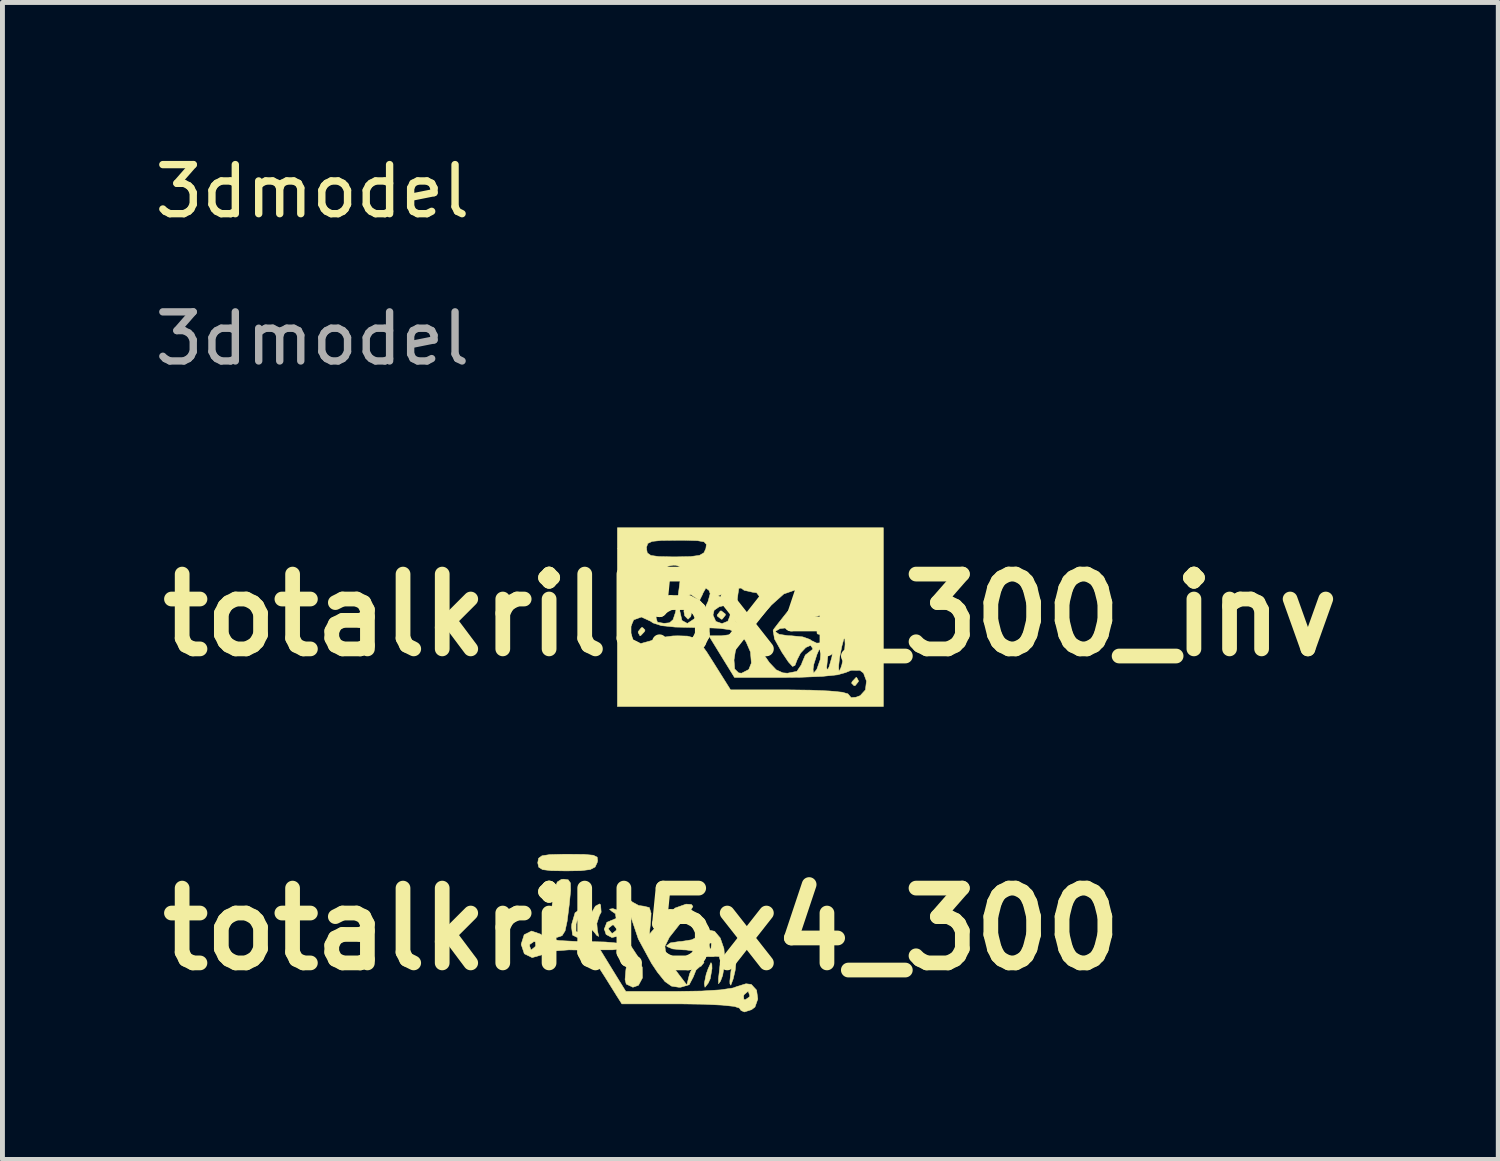
<source format=kicad_pcb>
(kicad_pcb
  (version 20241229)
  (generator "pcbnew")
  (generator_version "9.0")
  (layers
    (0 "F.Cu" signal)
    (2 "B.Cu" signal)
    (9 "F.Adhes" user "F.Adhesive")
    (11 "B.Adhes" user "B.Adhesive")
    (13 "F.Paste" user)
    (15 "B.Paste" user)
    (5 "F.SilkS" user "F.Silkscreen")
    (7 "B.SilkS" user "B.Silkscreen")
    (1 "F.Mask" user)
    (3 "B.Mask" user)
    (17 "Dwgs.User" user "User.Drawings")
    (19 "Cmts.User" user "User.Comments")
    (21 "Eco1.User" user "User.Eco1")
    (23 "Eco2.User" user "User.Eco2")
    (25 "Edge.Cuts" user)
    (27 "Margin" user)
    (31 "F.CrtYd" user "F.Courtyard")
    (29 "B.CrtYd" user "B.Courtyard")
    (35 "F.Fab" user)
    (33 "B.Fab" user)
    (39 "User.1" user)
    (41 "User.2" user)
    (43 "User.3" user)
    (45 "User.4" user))
  (footprint "3dmodel"
    (layer "F.Cu")
    (at 3.315 1.348)
    (property "Reference" "3dmodel" (at 0 -0.5 0) (unlocked yes) (layer "F.SilkS") (effects (font (size 1 1) (thickness 0.15))))
    (attr smd)
    (fp_text user "${REFERENCE}" (at 0 2.5 0) (unlocked yes) (layer "F.Fab") (effects (font (size 1 1) (thickness 0.15)))))
  (footprint "totalkrill5x4_300"
    (layer "F.Cu")
    (at 10.022 15.876)
    (property "Reference" "totalkrill5x4_300" (at 0 0 0) (layer "F.SilkS") (effects (font (size 1.524 1.524) (thickness 0.3))))
    (attr through_hole)
    (fp_poly (pts (xy -0.086 0.549) (xy 0.011 0.779) (xy 0.015 0.995) (xy -0.066 1.145) (xy -0.179 1.185) (xy -0.315 1.12) (xy -0.339 1.027) (xy -0.322 0.83) (xy -0.285 0.598) (xy -0.231 0.328) (xy -0.086 0.549)) (stroke (width 0.01) (type solid)) (fill yes) (layer "F.SilkS"))
    (fp_poly (pts (xy 1.429 0.718) (xy 1.432 0.804) (xy 1.396 1.012) (xy 1.355 1.101) (xy 1.289 1.185) (xy 1.277 1.122) (xy 1.277 1.101) (xy 1.314 0.919) (xy 1.355 0.804) (xy 1.411 0.683) (xy 1.429 0.718)) (stroke (width 0.01) (type solid)) (fill yes) (layer "F.SilkS"))
    (fp_poly (pts (xy 1.929 0.593) (xy 1.903 0.847) (xy 1.863 1.016) (xy 1.815 1.143) (xy 1.797 1.112) (xy 1.796 1.058) (xy 1.819 0.852) (xy 1.863 0.635) (xy 1.907 0.476) (xy 1.925 0.475) (xy 1.929 0.593)) (stroke (width 0.01) (type solid)) (fill yes) (layer "F.SilkS"))
    (fp_poly (pts (xy -1.496 -1.003) (xy -1.452 -0.939) (xy -1.448 -0.785) (xy -1.476 -0.502) (xy -1.477 -0.49) (xy -1.519 -0.159) (xy -1.561 0.037) (xy -1.622 0.134) (xy -1.718 0.167) (xy -1.792 0.169) (xy -1.919 0.128) (xy -1.922 0.056) (xy -1.888 -0.088) (xy -1.846 -0.336) (xy -1.818 -0.537) (xy -1.775 -0.814) (xy -1.72 -0.959) (xy -1.636 -1.012) (xy -1.588 -1.016) (xy -1.496 -1.003)) (stroke (width 0.01) (type solid)) (fill yes) (layer "F.SilkS"))
    (fp_poly (pts (xy -1.17 -1.521) (xy -0.986 -1.504) (xy -0.907 -1.465) (xy -0.898 -1.394) (xy -0.907 -1.355) (xy -0.95 -1.264) (xy -1.048 -1.213) (xy -1.239 -1.19) (xy -1.534 -1.185) (xy -1.842 -1.19) (xy -2.018 -1.211) (xy -2.097 -1.26) (xy -2.117 -1.346) (xy -2.117 -1.355) (xy -2.101 -1.442) (xy -2.032 -1.493) (xy -1.874 -1.517) (xy -1.592 -1.524) (xy -1.49 -1.524) (xy -1.17 -1.521)) (stroke (width 0.01) (type solid)) (fill yes) (layer "F.SilkS"))
    (fp_poly (pts (xy -0.837 -0.492) (xy -0.826 -0.344) (xy -0.862 -0.278) (xy -0.914 -0.116) (xy -0.903 0.021) (xy -0.877 0.15) (xy -0.916 0.128) (xy -0.968 0.061) (xy -1.06 -0.038) (xy -1.115 0.003) (xy -1.13 0.04) (xy -1.246 0.154) (xy -1.315 0.169) (xy -1.408 0.123) (xy -1.429 -0.038) (xy -1.424 -0.105) (xy -1.357 -0.332) (xy -1.249 -0.408) (xy -1.125 -0.39) (xy -1.101 -0.345) (xy -1.164 -0.274) (xy -1.204 -0.275) (xy -1.296 -0.221) (xy -1.337 -0.106) (xy -1.338 0.052) (xy -1.279 0.067) (xy -1.176 -0.053) (xy -1.065 -0.257) (xy -0.943 -0.467) (xy -0.857 -0.513) (xy -0.837 -0.492)) (stroke (width 0.01) (type solid)) (fill yes) (layer "F.SilkS"))
    (fp_poly (pts (xy -0.395 -0.353) (xy -0.279 -0.166) (xy -0.26 -0.004) (xy -0.27 0.139) (xy -0.301 0.124) (xy -0.339 0.042) (xy -0.395 -0.067) (xy -0.415 -0.023) (xy -0.417 0.021) (xy -0.481 0.144) (xy -0.607 0.172) (xy -0.725 0.11) (xy -0.762 0) (xy -0.677 0) (xy -0.613 0.082) (xy -0.593 0.085) (xy -0.51 0.02) (xy -0.508 0) (xy -0.572 -0.082) (xy -0.593 -0.085) (xy -0.675 -0.02) (xy -0.677 0) (xy -0.762 0) (xy -0.709 -0.138) (xy -0.635 -0.169) (xy -0.521 -0.217) (xy -0.535 -0.313) (xy -0.614 -0.367) (xy -0.656 -0.405) (xy -0.588 -0.417) (xy -0.395 -0.353)) (stroke (width 0.01) (type solid)) (fill yes) (layer "F.SilkS"))
    (fp_poly (pts (xy 1.484 0.045) (xy 1.6 0.182) (xy 1.675 0.398) (xy 1.696 0.662) (xy 1.649 0.943) (xy 1.606 1.058) (xy 1.566 1.114) (xy 1.564 1.009) (xy 1.58 0.873) (xy 1.603 0.653) (xy 1.579 0.56) (xy 1.495 0.554) (xy 1.459 0.563) (xy 1.297 0.56) (xy 1.232 0.515) (xy 1.118 0.456) (xy 0.905 0.425) (xy 0.842 0.423) (xy 0.631 0.404) (xy 0.516 0.357) (xy 0.508 0.339) (xy 1.355 0.339) (xy 1.386 0.408) (xy 1.411 0.395) (xy 1.421 0.295) (xy 1.411 0.282) (xy 1.361 0.294) (xy 1.355 0.339) (xy 0.508 0.339) (xy 0.582 0.282) (xy 0.764 0.254) (xy 0.794 0.254) (xy 1.021 0.218) (xy 1.181 0.132) (xy 1.185 0.127) (xy 1.341 0.017) (xy 1.484 0.045)) (stroke (width 0.01) (type solid)) (fill yes) (layer "F.SilkS"))
    (fp_poly (pts (xy -0.189 -0.55) (xy -0.061 -0.48) (xy 0.042 -0.466) (xy 0.156 -0.438) (xy 0.191 -0.322) (xy 0.184 -0.18) (xy 0.156 0.106) (xy 0.425 -0.201) (xy 0.679 -0.428) (xy 0.904 -0.508) (xy 0.906 -0.508) (xy 1.012 -0.501) (xy 1.043 -0.462) (xy 0.987 -0.362) (xy 0.834 -0.171) (xy 0.758 -0.08) (xy 0.563 0.167) (xy 0.473 0.35) (xy 0.491 0.521) (xy 0.615 0.735) (xy 0.759 0.929) (xy 0.919 1.139) (xy 0.975 0.914) (xy 1.045 0.761) (xy 1.146 0.65) (xy 1.235 0.615) (xy 1.27 0.68) (xy 1.206 0.76) (xy 1.187 0.762) (xy 1.107 0.834) (xy 1.051 0.974) (xy 0.967 1.134) (xy 0.793 1.185) (xy 0.755 1.185) (xy 0.607 1.162) (xy 0.474 1.069) (xy 0.32 0.877) (xy 0.201 0.699) (xy -0.068 0.203) (xy -0.221 -0.251) (xy -0.251 -0.508) (xy -0.223 -0.578) (xy -0.189 -0.55)) (stroke (width 0.01) (type solid)) (fill yes) (layer "F.SilkS"))
    (fp_poly (pts (xy -2.059 0.104) (xy -2.034 0.125) (xy -1.906 0.193) (xy -1.683 0.234) (xy -1.336 0.252) (xy -1.115 0.254) (xy -0.745 0.263) (xy -0.481 0.287) (xy -0.349 0.324) (xy -0.339 0.339) (xy -0.412 0.398) (xy -0.589 0.423) (xy -0.592 0.423) (xy -0.845 0.423) (xy -0.585 0.847) (xy -0.324 1.27) (xy 0.728 1.27) (xy 1.223 1.262) (xy 1.607 1.238) (xy 1.859 1.2) (xy 1.937 1.172) (xy 2.124 1.114) (xy 2.232 1.127) (xy 2.34 1.244) (xy 2.365 1.425) (xy 2.307 1.588) (xy 2.237 1.642) (xy 2.092 1.688) (xy 2.023 1.658) (xy 1.99 1.609) (xy 1.887 1.575) (xy 1.639 1.549) (xy 1.273 1.531) (xy 0.813 1.524) (xy 0.766 1.524) (xy -0.404 1.524) (xy -0.511 1.355) (xy 2.074 1.355) (xy 2.081 1.433) (xy 2.112 1.439) (xy 2.198 1.378) (xy 2.201 1.355) (xy 2.172 1.272) (xy 2.164 1.27) (xy 2.092 1.329) (xy 2.074 1.355) (xy -0.511 1.355) (xy -0.749 0.974) (xy -0.927 0.696) (xy -1.056 0.532) (xy -1.175 0.452) (xy -1.323 0.426) (xy -1.48 0.423) (xy -1.751 0.444) (xy -1.971 0.497) (xy -2.022 0.521) (xy -2.231 0.581) (xy -2.391 0.503) (xy -2.446 0.339) (xy -2.286 0.339) (xy -2.257 0.421) (xy -2.249 0.423) (xy -2.176 0.364) (xy -2.159 0.339) (xy -2.166 0.261) (xy -2.196 0.254) (xy -2.283 0.315) (xy -2.286 0.339) (xy -2.446 0.339) (xy -2.455 0.31) (xy -2.455 0.308) (xy -2.394 0.115) (xy -2.244 0.04) (xy -2.059 0.104)) (stroke (width 0.01) (type solid)) (fill yes) (layer "F.SilkS")))
  (footprint "totalkrill5x4_300_inv"
    (layer "F.Cu")
    (at 12.236 9.479)
    (property "Reference" "totalkrill5x4_300_inv" (at 0 0 0) (layer "F.SilkS") (effects (font (size 1.524 1.524) (thickness 0.3))))
    (attr through_hole)
    (fp_poly (pts (xy 1.411 0.282) (xy 1.421 0.383) (xy 1.411 0.395) (xy 1.361 0.383) (xy 1.355 0.339) (xy 1.386 0.269) (xy 1.411 0.282)) (stroke (width 0.01) (type solid)) (fill yes) (layer "F.SilkS"))
    (fp_poly (pts (xy -2.146 0.306) (xy -2.159 0.339) (xy -2.235 0.419) (xy -2.249 0.423) (xy -2.285 0.358) (xy -2.286 0.339) (xy -2.221 0.257) (xy -2.196 0.254) (xy -2.146 0.306)) (stroke (width 0.01) (type solid)) (fill yes) (layer "F.SilkS"))
    (fp_poly (pts (xy -1.207 -0.266) (xy -1.185 -0.132) (xy -1.214 0.029) (xy -1.27 0.085) (xy -1.339 0.014) (xy -1.355 -0.08) (xy -1.316 -0.242) (xy -1.27 -0.296) (xy -1.207 -0.266)) (stroke (width 0.01) (type solid)) (fill yes) (layer "F.SilkS"))
    (fp_poly (pts (xy -0.51 -0.02) (xy -0.508 0) (xy -0.572 0.082) (xy -0.593 0.085) (xy -0.675 0.02) (xy -0.677 0) (xy -0.613 -0.082) (xy -0.593 -0.085) (xy -0.51 -0.02)) (stroke (width 0.01) (type solid)) (fill yes) (layer "F.SilkS"))
    (fp_poly (pts (xy 2.2 1.336) (xy 2.201 1.355) (xy 2.136 1.436) (xy 2.112 1.439) (xy 2.061 1.387) (xy 2.074 1.355) (xy 2.15 1.274) (xy 2.164 1.27) (xy 2.2 1.336)) (stroke (width 0.01) (type solid)) (fill yes) (layer "F.SilkS"))
    (fp_poly (pts (xy 2.709 1.863) (xy -2.709 1.863) (xy -2.709 0.308) (xy -2.455 0.308) (xy -2.392 0.502) (xy -2.233 0.581) (xy -2.024 0.523) (xy -2.022 0.521) (xy -1.842 0.461) (xy -1.58 0.426) (xy -1.48 0.423) (xy -1.282 0.429) (xy -1.144 0.466) (xy -1.027 0.563) (xy -0.89 0.752) (xy -0.749 0.974) (xy -0.404 1.524) (xy 0.766 1.524) (xy 1.234 1.53) (xy 1.61 1.547) (xy 1.87 1.572) (xy 1.987 1.605) (xy 1.99 1.609) (xy 2.052 1.682) (xy 2.147 1.675) (xy 2.237 1.642) (xy 2.343 1.525) (xy 2.365 1.344) (xy 2.304 1.181) (xy 2.232 1.127) (xy 2.053 1.125) (xy 1.937 1.172) (xy 1.776 1.217) (xy 1.468 1.249) (xy 1.036 1.267) (xy 0.728 1.27) (xy -0.324 1.27) (xy -0.543 0.915) (xy -0.334 0.915) (xy -0.32 1.099) (xy -0.24 1.178) (xy -0.179 1.185) (xy -0.033 1.11) (xy 0.02 0.978) (xy 0.002 0.753) (xy -0.086 0.549) (xy -0.231 0.328) (xy -0.285 0.598) (xy -0.334 0.915) (xy -0.543 0.915) (xy -0.585 0.847) (xy -0.845 0.423) (xy -0.592 0.423) (xy -0.414 0.399) (xy -0.339 0.34) (xy -0.339 0.339) (xy -0.419 0.298) (xy -0.641 0.269) (xy -0.977 0.255) (xy -1.115 0.254) (xy -1.533 0.245) (xy -1.812 0.216) (xy -1.982 0.161) (xy -2.034 0.125) (xy -2.185 0.056) (xy -1.922 0.056) (xy -1.894 0.146) (xy -1.757 0.169) (xy -1.646 0.157) (xy -1.575 0.094) (xy -1.526 -0.054) (xy -1.52 -0.087) (xy -1.439 -0.087) (xy -1.394 0.111) (xy -1.284 0.171) (xy -1.148 0.081) (xy -1.107 0.021) (xy -1.04 -0.082) (xy -1.02 -0.037) (xy -1.019 0.021) (xy -0.98 0.147) (xy -0.939 0.169) (xy -0.896 0.102) (xy -0.907 0) (xy -0.762 0) (xy -0.704 0.13) (xy -0.578 0.174) (xy -0.459 0.126) (xy -0.417 0.021) (xy -0.404 -0.069) (xy -0.361 -0.008) (xy -0.339 0.042) (xy -0.284 0.15) (xy -0.261 0.106) (xy -0.253 0) (xy -0.239 -0.212) (xy -0.175 0) (xy -0.096 0.18) (xy 0.045 0.441) (xy 0.201 0.699) (xy 0.385 0.967) (xy 0.526 1.116) (xy 0.661 1.177) (xy 0.755 1.185) (xy 0.948 1.147) (xy 0.979 1.101) (xy 1.277 1.101) (xy 1.285 1.185) (xy 1.341 1.122) (xy 1.355 1.101) (xy 1.423 0.908) (xy 1.432 0.804) (xy 1.424 0.683) (xy 1.393 0.718) (xy 1.355 0.804) (xy 1.292 1.002) (xy 1.277 1.101) (xy 0.979 1.101) (xy 1.042 1.006) (xy 1.051 0.974) (xy 1.119 0.815) (xy 1.187 0.762) (xy 1.268 0.699) (xy 1.27 0.68) (xy 1.227 0.618) (xy 1.13 0.66) (xy 1.021 0.776) (xy 0.954 0.906) (xy 0.908 1.026) (xy 0.859 1.047) (xy 0.775 0.955) (xy 0.642 0.757) (xy 0.492 0.488) (xy 0.467 0.339) (xy 0.508 0.339) (xy 0.583 0.392) (xy 0.77 0.421) (xy 0.842 0.423) (xy 1.068 0.445) (xy 1.216 0.498) (xy 1.232 0.515) (xy 1.35 0.572) (xy 1.455 0.564) (xy 1.557 0.554) (xy 1.595 0.621) (xy 1.582 0.807) (xy 1.573 0.874) (xy 1.553 1.074) (xy 1.569 1.117) (xy 1.603 1.058) (xy 1.796 1.058) (xy 1.805 1.149) (xy 1.84 1.085) (xy 1.863 1.016) (xy 1.916 0.762) (xy 1.929 0.593) (xy 1.923 0.466) (xy 1.902 0.49) (xy 1.863 0.635) (xy 1.815 0.877) (xy 1.796 1.058) (xy 1.603 1.058) (xy 1.661 0.853) (xy 1.687 0.608) (xy 1.655 0.303) (xy 1.558 0.096) (xy 1.417 0.007) (xy 1.255 0.058) (xy 1.185 0.127) (xy 1.032 0.215) (xy 0.806 0.254) (xy 0.794 0.254) (xy 0.602 0.276) (xy 0.51 0.33) (xy 0.508 0.339) (xy 0.467 0.339) (xy 0.463 0.316) (xy 0.476 0.289) (xy 0.57 0.166) (xy 0.728 -0.033) (xy 0.833 -0.162) (xy 1.115 -0.508) (xy 0.905 -0.508) (xy 0.681 -0.43) (xy 0.429 -0.205) (xy 0.425 -0.201) (xy 0.156 0.106) (xy 0.184 -0.18) (xy 0.186 -0.376) (xy 0.126 -0.455) (xy 0.042 -0.466) (xy -0.127 -0.504) (xy -0.189 -0.55) (xy -0.235 -0.546) (xy -0.253 -0.428) (xy -0.27 -0.29) (xy -0.333 -0.301) (xy -0.356 -0.322) (xy -0.518 -0.409) (xy -0.588 -0.417) (xy -0.66 -0.396) (xy -0.614 -0.367) (xy -0.515 -0.277) (xy -0.548 -0.19) (xy -0.635 -0.169) (xy -0.738 -0.099) (xy -0.762 0) (xy -0.907 0) (xy -0.907 -0.000451) (xy -0.904 -0.19) (xy -0.862 -0.278) (xy -0.819 -0.436) (xy -0.842 -0.501) (xy -0.907 -0.551) (xy -0.966 -0.447) (xy -0.974 -0.423) (xy -1.035 -0.301) (xy -1.1 -0.338) (xy -1.101 -0.34) (xy -1.215 -0.42) (xy -1.336 -0.369) (xy -1.422 -0.217) (xy -1.439 -0.087) (xy -1.52 -0.087) (xy -1.481 -0.325) (xy -1.468 -0.423) (xy -1.428 -0.732) (xy -1.42 -0.909) (xy -1.448 -0.991) (xy -1.52 -1.015) (xy -1.573 -1.016) (xy -1.682 -0.995) (xy -1.749 -0.906) (xy -1.795 -0.71) (xy -1.818 -0.537) (xy -1.859 -0.253) (xy -1.899 -0.03) (xy -1.922 0.056) (xy -2.185 0.056) (xy -2.22 0.04) (xy -2.377 0.097) (xy -2.454 0.275) (xy -2.455 0.308) (xy -2.709 0.308) (xy -2.709 -1.355) (xy -2.117 -1.355) (xy -2.1 -1.265) (xy -2.027 -1.214) (xy -1.861 -1.191) (xy -1.565 -1.185) (xy -1.534 -1.185) (xy -1.221 -1.191) (xy -1.038 -1.216) (xy -0.946 -1.269) (xy -0.907 -1.355) (xy -0.896 -1.441) (xy -0.944 -1.492) (xy -1.082 -1.516) (xy -1.343 -1.524) (xy -1.49 -1.524) (xy -1.812 -1.52) (xy -2 -1.501) (xy -2.09 -1.459) (xy -2.116 -1.382) (xy -2.117 -1.355) (xy -2.709 -1.355) (xy -2.709 -1.778) (xy 2.709 -1.778) (xy 2.709 1.863)) (stroke (width 0.01) (type solid)) (fill yes) (layer "F.SilkS")))
  (gr_rect
    (start -3 -3)
    (end 27.471 20.569)
    (stroke (width 0.1) (type default))
    (fill no)
    (layer "Edge.Cuts")))
</source>
